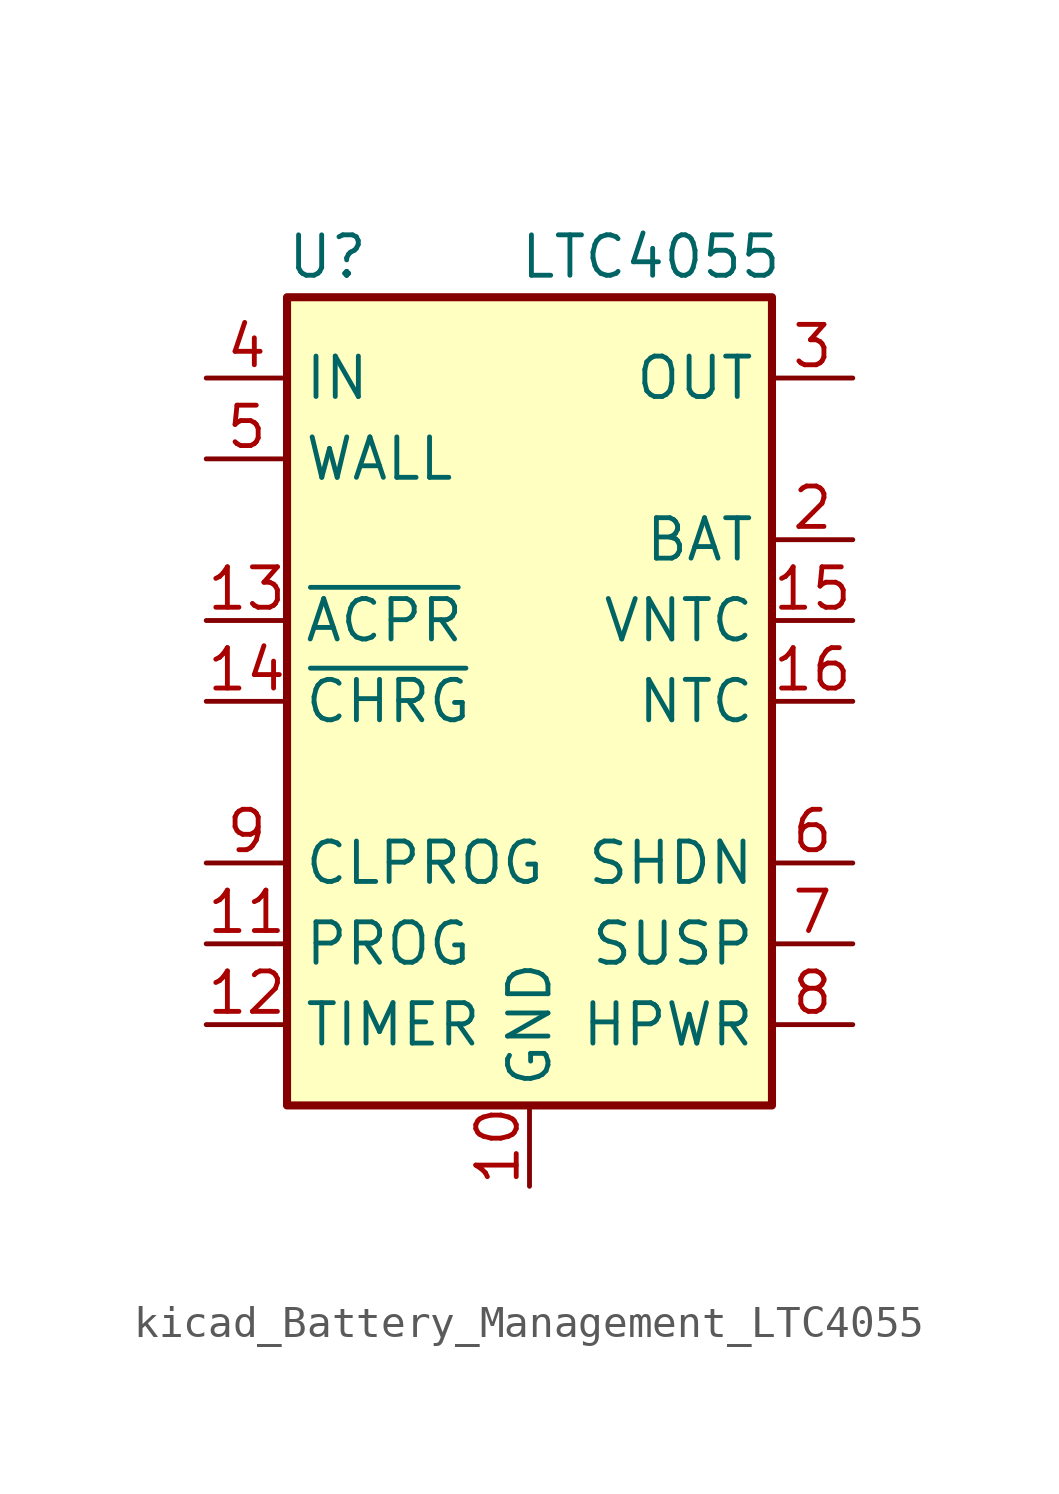
<source format=kicad_sym>
(kicad_symbol_lib
  (version 20220914)
  (generator kicad_symbol_editor)
  (symbol "kicad_Battery_Management_LTC4055"
    (property "Reference" "U"
      (at -6.35 13.97 0)
      (effects (font (size 1.27 1.27))))
    (property "Value" "LTC4055"
      (at 3.81 13.97 0)
      (effects (font (size 1.27 1.27))))
    (symbol "kicad_Battery_Management_LTC4055_0_1"
      (rectangle (start -7.62 12.7) (end 7.62 -12.7) (stroke (width 0.254) (type default)) (fill (type background))))
    (symbol "kicad_Battery_Management_LTC4055_1_1"
      (pin passive line (at -10.16 10.16 0) (length 2.54) hide (name "IN" (effects (font (size 1.27 1.27)))) (number "1" (effects (font (size 1.27 1.27)))))
      (pin power_in line (at 0 -15.24 90) (length 2.54) (name "GND" (effects (font (size 1.27 1.27)))) (number "10" (effects (font (size 1.27 1.27)))))
      (pin passive line (at -10.16 -7.62 0) (length 2.54) (name "PROG" (effects (font (size 1.27 1.27)))) (number "11" (effects (font (size 1.27 1.27)))))
      (pin passive line (at -10.16 -10.16 0) (length 2.54) (name "TIMER" (effects (font (size 1.27 1.27)))) (number "12" (effects (font (size 1.27 1.27)))))
      (pin open_collector line (at -10.16 2.54 0) (length 2.54) (name "~{ACPR}" (effects (font (size 1.27 1.27)))) (number "13" (effects (font (size 1.27 1.27)))))
      (pin open_collector line (at -10.16 0 0) (length 2.54) (name "~{CHRG}" (effects (font (size 1.27 1.27)))) (number "14" (effects (font (size 1.27 1.27)))))
      (pin output line (at 10.16 2.54 180) (length 2.54) (name "VNTC" (effects (font (size 1.27 1.27)))) (number "15" (effects (font (size 1.27 1.27)))))
      (pin input line (at 10.16 0 180) (length 2.54) (name "NTC" (effects (font (size 1.27 1.27)))) (number "16" (effects (font (size 1.27 1.27)))))
      (pin passive line (at 0 -15.24 90) (length 2.54) hide (name "GND" (effects (font (size 1.27 1.27)))) (number "17" (effects (font (size 1.27 1.27)))))
      (pin passive line (at 10.16 5.08 180) (length 2.54) (name "BAT" (effects (font (size 1.27 1.27)))) (number "2" (effects (font (size 1.27 1.27)))))
      (pin passive line (at 10.16 10.16 180) (length 2.54) (name "OUT" (effects (font (size 1.27 1.27)))) (number "3" (effects (font (size 1.27 1.27)))))
      (pin power_in line (at -10.16 10.16 0) (length 2.54) (name "IN" (effects (font (size 1.27 1.27)))) (number "4" (effects (font (size 1.27 1.27)))))
      (pin input line (at -10.16 7.62 0) (length 2.54) (name "WALL" (effects (font (size 1.27 1.27)))) (number "5" (effects (font (size 1.27 1.27)))))
      (pin input line (at 10.16 -5.08 180) (length 2.54) (name "SHDN" (effects (font (size 1.27 1.27)))) (number "6" (effects (font (size 1.27 1.27)))))
      (pin input line (at 10.16 -7.62 180) (length 2.54) (name "SUSP" (effects (font (size 1.27 1.27)))) (number "7" (effects (font (size 1.27 1.27)))))
      (pin input line (at 10.16 -10.16 180) (length 2.54) (name "HPWR" (effects (font (size 1.27 1.27)))) (number "8" (effects (font (size 1.27 1.27)))))
      (pin passive line (at -10.16 -5.08 0) (length 2.54) (name "CLPROG" (effects (font (size 1.27 1.27)))) (number "9" (effects (font (size 1.27 1.27))))))))
</source>
